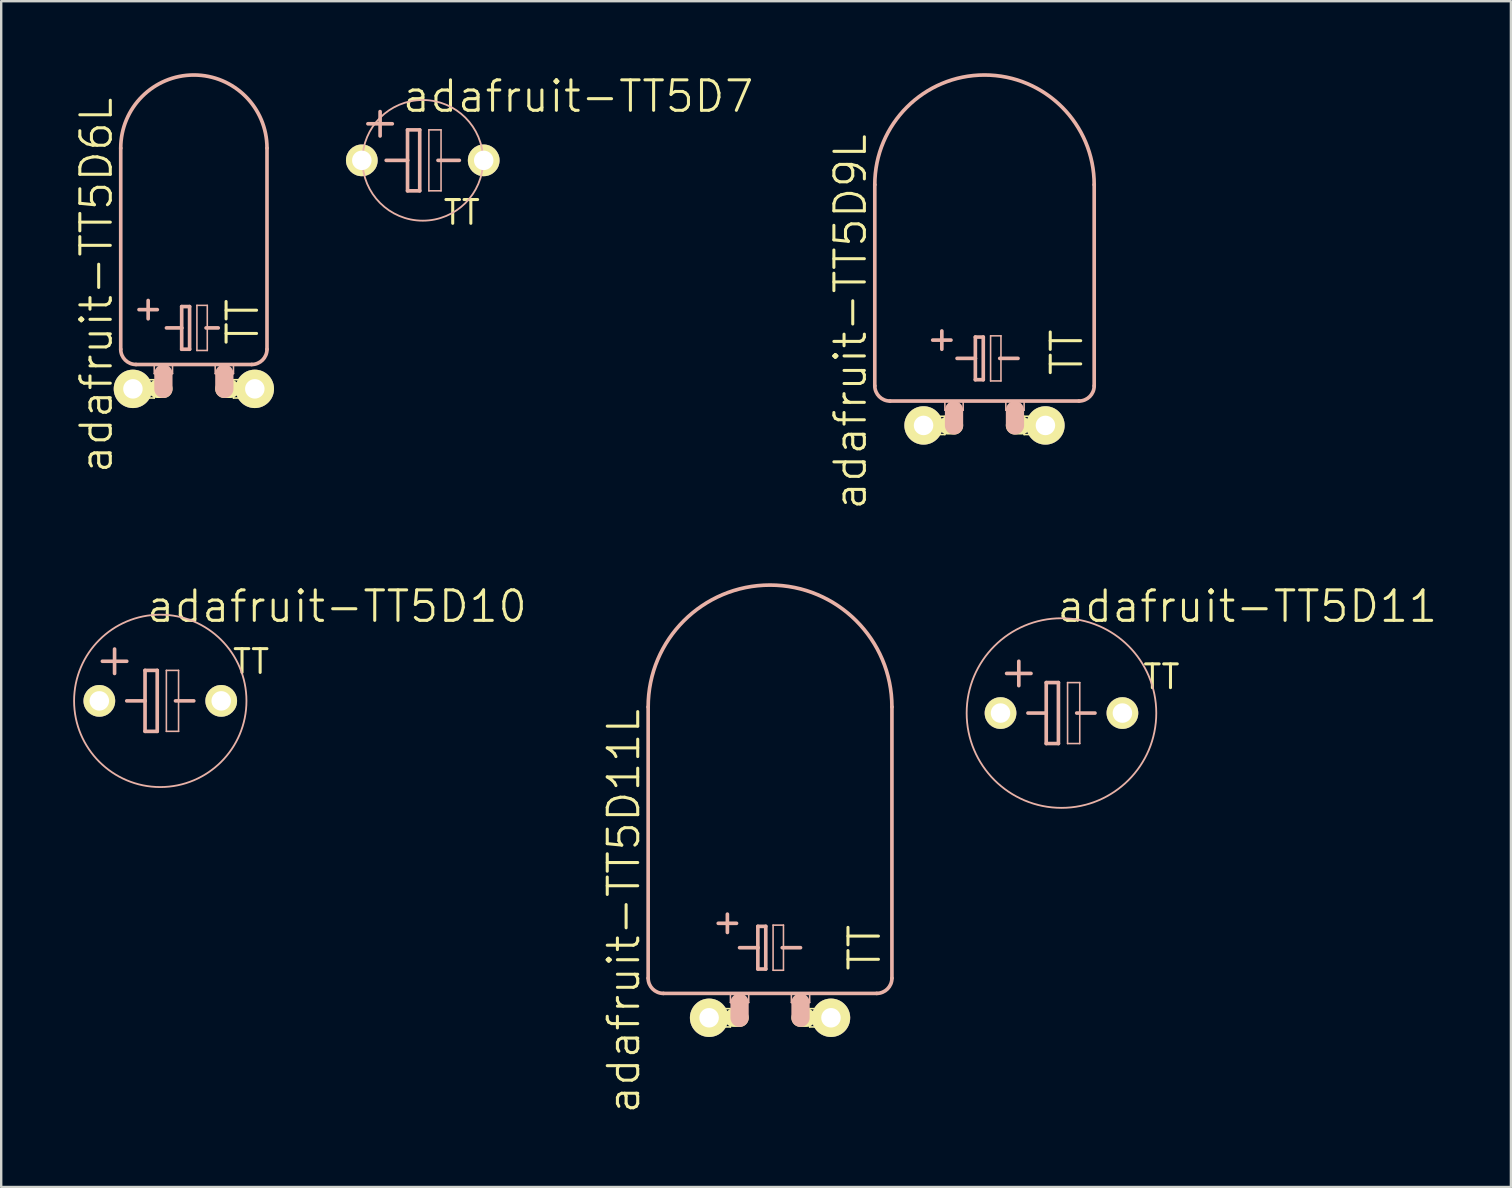
<source format=kicad_pcb>
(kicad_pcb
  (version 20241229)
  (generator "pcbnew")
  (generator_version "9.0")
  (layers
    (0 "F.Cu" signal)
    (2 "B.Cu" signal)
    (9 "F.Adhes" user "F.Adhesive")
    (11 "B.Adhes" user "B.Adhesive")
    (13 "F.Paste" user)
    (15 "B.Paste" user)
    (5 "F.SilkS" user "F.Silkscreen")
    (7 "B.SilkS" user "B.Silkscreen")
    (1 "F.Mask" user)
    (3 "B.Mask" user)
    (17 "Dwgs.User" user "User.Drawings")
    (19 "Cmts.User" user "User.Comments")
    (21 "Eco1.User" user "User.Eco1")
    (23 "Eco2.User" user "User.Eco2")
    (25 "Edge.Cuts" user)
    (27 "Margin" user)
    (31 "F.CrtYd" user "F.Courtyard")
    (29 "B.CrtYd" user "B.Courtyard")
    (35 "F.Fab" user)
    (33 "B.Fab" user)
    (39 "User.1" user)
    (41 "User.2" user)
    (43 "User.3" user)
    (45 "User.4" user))
  (footprint "adafruit-TT5D11L"
    (layer "F.Cu")
    (at 29.044 39.369)
    (property "Reference" "adafruit-TT5D11L" (at -6.096 -4.445 90) (layer "F.SilkS") (effects (font (size 1.27 1.27) (thickness 0.127))))
    (attr exclude_from_pos_files exclude_from_bom)
    (fp_line (start -2.54 -0.381) (end -1.651 -0.381) (stroke (width 0.066) (type solid)) (layer "F.SilkS"))
    (fp_line (start -2.54 0.381) (end -2.54 -0.381) (stroke (width 0.066) (type solid)) (layer "F.SilkS"))
    (fp_line (start -2.54 0.381) (end -1.651 0.381) (stroke (width 0.066) (type solid)) (layer "F.SilkS"))
    (fp_line (start -1.651 0.381) (end -1.651 -0.381) (stroke (width 0.066) (type solid)) (layer "F.SilkS"))
    (fp_line (start -1.524 0) (end -1.27 0) (stroke (width 0.762) (type solid)) (layer "F.SilkS"))
    (fp_line (start 1.524 0) (end 1.27 0) (stroke (width 0.762) (type solid)) (layer "F.SilkS"))
    (fp_line (start 1.651 -0.381) (end 2.54 -0.381) (stroke (width 0.066) (type solid)) (layer "F.SilkS"))
    (fp_line (start 1.651 0.381) (end 1.651 -0.381) (stroke (width 0.066) (type solid)) (layer "F.SilkS"))
    (fp_line (start 1.651 0.381) (end 2.54 0.381) (stroke (width 0.066) (type solid)) (layer "F.SilkS"))
    (fp_line (start 2.54 0.381) (end 2.54 -0.381) (stroke (width 0.066) (type solid)) (layer "F.SilkS"))
    (fp_line (start -5.08 -12.954) (end -5.08 -1.651) (stroke (width 0.152) (type solid)) (layer "B.SilkS"))
    (fp_line (start -4.445 -1.016) (end 4.445 -1.016) (stroke (width 0.152) (type solid)) (layer "B.SilkS"))
    (fp_line (start -2.159 -3.937) (end -1.397 -3.937) (stroke (width 0.152) (type solid)) (layer "B.SilkS"))
    (fp_line (start -1.778 -4.318) (end -1.778 -3.556) (stroke (width 0.152) (type solid)) (layer "B.SilkS"))
    (fp_line (start -1.651 -1.016) (end -0.889 -1.016) (stroke (width 0.066) (type solid)) (layer "B.SilkS"))
    (fp_line (start -1.651 -0.635) (end -1.651 -1.016) (stroke (width 0.066) (type solid)) (layer "B.SilkS"))
    (fp_line (start -1.651 -0.635) (end -0.889 -0.635) (stroke (width 0.066) (type solid)) (layer "B.SilkS"))
    (fp_line (start -1.27 -2.921) (end -0.508 -2.921) (stroke (width 0.152) (type solid)) (layer "B.SilkS"))
    (fp_line (start -1.27 -0.635) (end -1.27 0) (stroke (width 0.762) (type solid)) (layer "B.SilkS"))
    (fp_line (start -0.889 -0.635) (end -0.889 -1.016) (stroke (width 0.066) (type solid)) (layer "B.SilkS"))
    (fp_line (start -0.508 -3.81) (end -0.508 -2.921) (stroke (width 0.152) (type solid)) (layer "B.SilkS"))
    (fp_line (start -0.508 -2.921) (end -0.508 -2.032) (stroke (width 0.152) (type solid)) (layer "B.SilkS"))
    (fp_line (start -0.508 -2.032) (end -0.178 -2.032) (stroke (width 0.152) (type solid)) (layer "B.SilkS"))
    (fp_line (start -0.178 -3.81) (end -0.508 -3.81) (stroke (width 0.152) (type solid)) (layer "B.SilkS"))
    (fp_line (start -0.178 -2.032) (end -0.178 -3.81) (stroke (width 0.152) (type solid)) (layer "B.SilkS"))
    (fp_line (start 0.127 -3.861) (end 0.559 -3.861) (stroke (width 0.066) (type solid)) (layer "B.SilkS"))
    (fp_line (start 0.127 -1.981) (end 0.127 -3.861) (stroke (width 0.066) (type solid)) (layer "B.SilkS"))
    (fp_line (start 0.127 -1.981) (end 0.559 -1.981) (stroke (width 0.066) (type solid)) (layer "B.SilkS"))
    (fp_line (start 0.508 -2.921) (end 1.27 -2.921) (stroke (width 0.152) (type solid)) (layer "B.SilkS"))
    (fp_line (start 0.559 -1.981) (end 0.559 -3.861) (stroke (width 0.066) (type solid)) (layer "B.SilkS"))
    (fp_line (start 0.889 -1.016) (end 1.651 -1.016) (stroke (width 0.066) (type solid)) (layer "B.SilkS"))
    (fp_line (start 0.889 -0.635) (end 0.889 -1.016) (stroke (width 0.066) (type solid)) (layer "B.SilkS"))
    (fp_line (start 0.889 -0.635) (end 1.651 -0.635) (stroke (width 0.066) (type solid)) (layer "B.SilkS"))
    (fp_line (start 1.27 -0.635) (end 1.27 0) (stroke (width 0.762) (type solid)) (layer "B.SilkS"))
    (fp_line (start 1.651 -0.635) (end 1.651 -1.016) (stroke (width 0.066) (type solid)) (layer "B.SilkS"))
    (fp_line (start 5.08 -12.954) (end 5.08 -1.651) (stroke (width 0.152) (type solid)) (layer "B.SilkS"))
    (fp_arc (start -5.08 -12.954) (mid 0 -18.034) (end 5.08 -12.954) (stroke (width 0.1524) (type solid)) (layer "B.SilkS"))
    (fp_arc (start -4.445 -1.016) (mid -4.894013 -1.201987) (end -5.08 -1.651) (stroke (width 0.1524) (type solid)) (layer "B.SilkS"))
    (fp_arc (start 5.08 -1.651) (mid 4.894013 -1.201987) (end 4.445 -1.016) (stroke (width 0.1524) (type solid)) (layer "B.SilkS"))
    (fp_text user "TT" (at 3.937 -2.921 90) (layer "F.SilkS") (effects (font (size 1.27 1.27) (thickness 0.127))))
    (pad "+" thru_hole circle (at -2.54 0) (size 1.6 1.6) (drill 0.813) (layers "*.Cu" "F.Mask" "F.SilkS" "F.Paste"))
    (pad "-" thru_hole circle (at 2.54 0) (size 1.6 1.6) (drill 0.813) (layers "*.Cu" "F.Mask" "F.SilkS" "F.Paste")))
  (footprint "adafruit-TT5D11"
    (layer "F.Cu")
    (at 41.19 26.669)
    (property "Reference" "adafruit-TT5D11" (at 7.747 -4.445 0) (layer "F.SilkS") (effects (font (size 1.27 1.27) (thickness 0.127))))
    (attr exclude_from_pos_files exclude_from_bom)
    (fp_line (start -1.778 -2.159) (end -1.778 -1.143) (stroke (width 0.152) (type solid)) (layer "B.SilkS"))
    (fp_line (start -1.397 0) (end -0.635 0) (stroke (width 0.152) (type solid)) (layer "B.SilkS"))
    (fp_line (start -1.27 -1.651) (end -2.286 -1.651) (stroke (width 0.152) (type solid)) (layer "B.SilkS"))
    (fp_line (start -0.635 -1.27) (end -0.635 0) (stroke (width 0.152) (type solid)) (layer "B.SilkS"))
    (fp_line (start -0.635 0) (end -0.635 1.27) (stroke (width 0.152) (type solid)) (layer "B.SilkS"))
    (fp_line (start -0.635 1.27) (end -0.127 1.27) (stroke (width 0.152) (type solid)) (layer "B.SilkS"))
    (fp_line (start -0.127 -1.27) (end -0.635 -1.27) (stroke (width 0.152) (type solid)) (layer "B.SilkS"))
    (fp_line (start -0.127 1.27) (end -0.127 -1.27) (stroke (width 0.152) (type solid)) (layer "B.SilkS"))
    (fp_line (start 0.254 -1.27) (end 0.762 -1.27) (stroke (width 0.066) (type solid)) (layer "B.SilkS"))
    (fp_line (start 0.254 1.27) (end 0.254 -1.27) (stroke (width 0.066) (type solid)) (layer "B.SilkS"))
    (fp_line (start 0.254 1.27) (end 0.762 1.27) (stroke (width 0.066) (type solid)) (layer "B.SilkS"))
    (fp_line (start 0.635 0) (end 1.397 0) (stroke (width 0.152) (type solid)) (layer "B.SilkS"))
    (fp_line (start 0.762 1.27) (end 0.762 -1.27) (stroke (width 0.066) (type solid)) (layer "B.SilkS"))
    (fp_circle (center 0 0) (end -2.794 2.794) (stroke (width 0.076) (type solid)) (fill no) (layer "B.SilkS"))
    (fp_text user "TT" (at 4.166 -1.511 0) (layer "F.SilkS") (effects (font (size 0.991 0.991) (thickness 0.127))))
    (pad "+" thru_hole circle (at -2.54 0) (size 1.321 1.321) (drill 0.813) (layers "*.Cu" "F.Mask" "F.SilkS" "F.Paste"))
    (pad "-" thru_hole circle (at 2.54 0) (size 1.321 1.321) (drill 0.813) (layers "*.Cu" "F.Mask" "F.SilkS" "F.Paste")))
  (footprint "adafruit-TT5D7"
    (layer "F.Cu")
    (at 14.57 3.633)
    (property "Reference" "adafruit-TT5D7" (at 6.477 -2.667 0) (layer "F.SilkS") (effects (font (size 1.27 1.27) (thickness 0.127))))
    (attr exclude_from_pos_files exclude_from_bom)
    (fp_line (start -2.286 -1.524) (end -1.27 -1.524) (stroke (width 0.152) (type solid)) (layer "B.SilkS"))
    (fp_line (start -1.778 -1.016) (end -1.778 -2.032) (stroke (width 0.152) (type solid)) (layer "B.SilkS"))
    (fp_line (start -1.524 0) (end -0.635 0) (stroke (width 0.152) (type solid)) (layer "B.SilkS"))
    (fp_line (start -0.635 -1.27) (end -0.635 0) (stroke (width 0.152) (type solid)) (layer "B.SilkS"))
    (fp_line (start -0.635 0) (end -0.635 1.27) (stroke (width 0.152) (type solid)) (layer "B.SilkS"))
    (fp_line (start -0.635 1.27) (end -0.127 1.27) (stroke (width 0.152) (type solid)) (layer "B.SilkS"))
    (fp_line (start -0.127 -1.27) (end -0.635 -1.27) (stroke (width 0.152) (type solid)) (layer "B.SilkS"))
    (fp_line (start -0.127 1.27) (end -0.127 -1.27) (stroke (width 0.152) (type solid)) (layer "B.SilkS"))
    (fp_line (start 0.254 -1.27) (end 0.762 -1.27) (stroke (width 0.066) (type solid)) (layer "B.SilkS"))
    (fp_line (start 0.254 1.27) (end 0.254 -1.27) (stroke (width 0.066) (type solid)) (layer "B.SilkS"))
    (fp_line (start 0.254 1.27) (end 0.762 1.27) (stroke (width 0.066) (type solid)) (layer "B.SilkS"))
    (fp_line (start 0.635 0) (end 1.524 0) (stroke (width 0.152) (type solid)) (layer "B.SilkS"))
    (fp_line (start 0.762 1.27) (end 0.762 -1.27) (stroke (width 0.066) (type solid)) (layer "B.SilkS"))
    (fp_circle (center 0 0) (end -1.778 1.778) (stroke (width 0.076) (type solid)) (fill no) (layer "B.SilkS"))
    (fp_text user "TT" (at 1.626 2.172 0) (layer "F.SilkS") (effects (font (size 0.991 0.991) (thickness 0.127))))
    (pad "+" thru_hole circle (at -2.54 0) (size 1.321 1.321) (drill 0.813) (layers "*.Cu" "F.Mask" "F.SilkS" "F.Paste"))
    (pad "-" thru_hole circle (at 2.54 0) (size 1.321 1.321) (drill 0.813) (layers "*.Cu" "F.Mask" "F.SilkS" "F.Paste")))
  (footprint "adafruit-TT5D6L"
    (layer "F.Cu")
    (at 5.03 13.157)
    (property "Reference" "adafruit-TT5D6L" (at -4.064 -4.318 90) (layer "F.SilkS") (effects (font (size 1.27 1.27) (thickness 0.127))))
    (attr exclude_from_pos_files exclude_from_bom)
    (fp_line (start -2.54 -0.381) (end -1.651 -0.381) (stroke (width 0.066) (type solid)) (layer "F.SilkS"))
    (fp_line (start -2.54 0.381) (end -2.54 -0.381) (stroke (width 0.066) (type solid)) (layer "F.SilkS"))
    (fp_line (start -2.54 0.381) (end -1.651 0.381) (stroke (width 0.066) (type solid)) (layer "F.SilkS"))
    (fp_line (start -1.651 0.381) (end -1.651 -0.381) (stroke (width 0.066) (type solid)) (layer "F.SilkS"))
    (fp_line (start -1.524 0) (end -1.27 0) (stroke (width 0.762) (type solid)) (layer "F.SilkS"))
    (fp_line (start 1.524 0) (end 1.27 0) (stroke (width 0.762) (type solid)) (layer "F.SilkS"))
    (fp_line (start 1.651 -0.381) (end 2.54 -0.381) (stroke (width 0.066) (type solid)) (layer "F.SilkS"))
    (fp_line (start 1.651 0.381) (end 1.651 -0.381) (stroke (width 0.066) (type solid)) (layer "F.SilkS"))
    (fp_line (start 1.651 0.381) (end 2.54 0.381) (stroke (width 0.066) (type solid)) (layer "F.SilkS"))
    (fp_line (start 2.54 0.381) (end 2.54 -0.381) (stroke (width 0.066) (type solid)) (layer "F.SilkS"))
    (fp_line (start -3.048 -10.033) (end -3.048 -1.651) (stroke (width 0.152) (type solid)) (layer "B.SilkS"))
    (fp_line (start -2.413 -1.016) (end 2.413 -1.016) (stroke (width 0.152) (type solid)) (layer "B.SilkS"))
    (fp_line (start -2.286 -3.302) (end -1.524 -3.302) (stroke (width 0.152) (type solid)) (layer "B.SilkS"))
    (fp_line (start -1.905 -2.921) (end -1.905 -3.683) (stroke (width 0.152) (type solid)) (layer "B.SilkS"))
    (fp_line (start -1.651 -1.016) (end -0.889 -1.016) (stroke (width 0.066) (type solid)) (layer "B.SilkS"))
    (fp_line (start -1.651 -0.635) (end -1.651 -1.016) (stroke (width 0.066) (type solid)) (layer "B.SilkS"))
    (fp_line (start -1.651 -0.635) (end -0.889 -0.635) (stroke (width 0.066) (type solid)) (layer "B.SilkS"))
    (fp_line (start -1.27 -0.635) (end -1.27 0) (stroke (width 0.762) (type solid)) (layer "B.SilkS"))
    (fp_line (start -1.143 -2.54) (end -0.508 -2.54) (stroke (width 0.152) (type solid)) (layer "B.SilkS"))
    (fp_line (start -0.889 -0.635) (end -0.889 -1.016) (stroke (width 0.066) (type solid)) (layer "B.SilkS"))
    (fp_line (start -0.508 -3.429) (end -0.508 -2.54) (stroke (width 0.152) (type solid)) (layer "B.SilkS"))
    (fp_line (start -0.508 -2.54) (end -0.508 -1.651) (stroke (width 0.152) (type solid)) (layer "B.SilkS"))
    (fp_line (start -0.508 -1.651) (end -0.178 -1.651) (stroke (width 0.152) (type solid)) (layer "B.SilkS"))
    (fp_line (start -0.178 -3.429) (end -0.508 -3.429) (stroke (width 0.152) (type solid)) (layer "B.SilkS"))
    (fp_line (start -0.178 -1.651) (end -0.178 -3.429) (stroke (width 0.152) (type solid)) (layer "B.SilkS"))
    (fp_line (start 0.127 -3.48) (end 0.559 -3.48) (stroke (width 0.066) (type solid)) (layer "B.SilkS"))
    (fp_line (start 0.127 -1.6) (end 0.127 -3.48) (stroke (width 0.066) (type solid)) (layer "B.SilkS"))
    (fp_line (start 0.127 -1.6) (end 0.559 -1.6) (stroke (width 0.066) (type solid)) (layer "B.SilkS"))
    (fp_line (start 0.508 -2.54) (end 1.016 -2.54) (stroke (width 0.152) (type solid)) (layer "B.SilkS"))
    (fp_line (start 0.559 -1.6) (end 0.559 -3.48) (stroke (width 0.066) (type solid)) (layer "B.SilkS"))
    (fp_line (start 0.889 -1.016) (end 1.651 -1.016) (stroke (width 0.066) (type solid)) (layer "B.SilkS"))
    (fp_line (start 0.889 -0.635) (end 0.889 -1.016) (stroke (width 0.066) (type solid)) (layer "B.SilkS"))
    (fp_line (start 0.889 -0.635) (end 1.651 -0.635) (stroke (width 0.066) (type solid)) (layer "B.SilkS"))
    (fp_line (start 1.27 -0.635) (end 1.27 0) (stroke (width 0.762) (type solid)) (layer "B.SilkS"))
    (fp_line (start 1.651 -0.635) (end 1.651 -1.016) (stroke (width 0.066) (type solid)) (layer "B.SilkS"))
    (fp_line (start 3.048 -10.033) (end 3.048 -1.651) (stroke (width 0.152) (type solid)) (layer "B.SilkS"))
    (fp_arc (start -3.048 -10.033) (mid 0 -13.081) (end 3.048 -10.033) (stroke (width 0.1524) (type solid)) (layer "B.SilkS"))
    (fp_arc (start -2.413 -1.016) (mid -2.862013 -1.201987) (end -3.048 -1.651) (stroke (width 0.1524) (type solid)) (layer "B.SilkS"))
    (fp_arc (start 3.048 -1.651) (mid 2.862013 -1.201987) (end 2.413 -1.016) (stroke (width 0.1524) (type solid)) (layer "B.SilkS"))
    (fp_text user "TT" (at 2.032 -2.794 90) (layer "F.SilkS") (effects (font (size 1.27 1.27) (thickness 0.127))))
    (pad "+" thru_hole circle (at -2.54 0) (size 1.6 1.6) (drill 0.813) (layers "*.Cu" "F.Mask" "F.SilkS" "F.Paste"))
    (pad "-" thru_hole circle (at 2.54 0) (size 1.6 1.6) (drill 0.813) (layers "*.Cu" "F.Mask" "F.SilkS" "F.Paste")))
  (footprint "adafruit-TT5D10"
    (layer "F.Cu")
    (at 3.63 26.161)
    (property "Reference" "adafruit-TT5D10" (at 7.366 -3.937 0) (layer "F.SilkS") (effects (font (size 1.27 1.27) (thickness 0.127))))
    (attr exclude_from_pos_files exclude_from_bom)
    (fp_line (start -2.413 -1.651) (end -1.397 -1.651) (stroke (width 0.152) (type solid)) (layer "B.SilkS"))
    (fp_line (start -1.905 -1.143) (end -1.905 -2.159) (stroke (width 0.152) (type solid)) (layer "B.SilkS"))
    (fp_line (start -1.397 0) (end -0.635 0) (stroke (width 0.152) (type solid)) (layer "B.SilkS"))
    (fp_line (start -0.635 -1.27) (end -0.635 0) (stroke (width 0.152) (type solid)) (layer "B.SilkS"))
    (fp_line (start -0.635 0) (end -0.635 1.27) (stroke (width 0.152) (type solid)) (layer "B.SilkS"))
    (fp_line (start -0.635 1.27) (end -0.127 1.27) (stroke (width 0.152) (type solid)) (layer "B.SilkS"))
    (fp_line (start -0.127 -1.27) (end -0.635 -1.27) (stroke (width 0.152) (type solid)) (layer "B.SilkS"))
    (fp_line (start -0.127 1.27) (end -0.127 -1.27) (stroke (width 0.152) (type solid)) (layer "B.SilkS"))
    (fp_line (start 0.254 -1.27) (end 0.762 -1.27) (stroke (width 0.066) (type solid)) (layer "B.SilkS"))
    (fp_line (start 0.254 1.27) (end 0.254 -1.27) (stroke (width 0.066) (type solid)) (layer "B.SilkS"))
    (fp_line (start 0.254 1.27) (end 0.762 1.27) (stroke (width 0.066) (type solid)) (layer "B.SilkS"))
    (fp_line (start 0.635 0) (end 1.397 0) (stroke (width 0.152) (type solid)) (layer "B.SilkS"))
    (fp_line (start 0.762 1.27) (end 0.762 -1.27) (stroke (width 0.066) (type solid)) (layer "B.SilkS"))
    (fp_circle (center 0 0) (end -2.54 2.54) (stroke (width 0.076) (type solid)) (fill no) (layer "B.SilkS"))
    (fp_text user "TT" (at 3.785 -1.638 0) (layer "F.SilkS") (effects (font (size 0.991 0.991) (thickness 0.127))))
    (pad "+" thru_hole circle (at -2.54 0) (size 1.321 1.321) (drill 0.813) (layers "*.Cu" "F.Mask" "F.SilkS" "F.Paste"))
    (pad "-" thru_hole circle (at 2.54 0) (size 1.321 1.321) (drill 0.813) (layers "*.Cu" "F.Mask" "F.SilkS" "F.Paste")))
  (footprint "adafruit-TT5D9L"
    (layer "F.Cu")
    (at 37.982 14.681)
    (property "Reference" "adafruit-TT5D9L" (at -5.588 -4.318 90) (layer "F.SilkS") (effects (font (size 1.27 1.27) (thickness 0.127))))
    (attr exclude_from_pos_files exclude_from_bom)
    (fp_line (start -2.54 -0.381) (end -1.651 -0.381) (stroke (width 0.066) (type solid)) (layer "F.SilkS"))
    (fp_line (start -2.54 0.381) (end -2.54 -0.381) (stroke (width 0.066) (type solid)) (layer "F.SilkS"))
    (fp_line (start -2.54 0.381) (end -1.651 0.381) (stroke (width 0.066) (type solid)) (layer "F.SilkS"))
    (fp_line (start -1.651 0.381) (end -1.651 -0.381) (stroke (width 0.066) (type solid)) (layer "F.SilkS"))
    (fp_line (start -1.524 0) (end -1.27 0) (stroke (width 0.762) (type solid)) (layer "F.SilkS"))
    (fp_line (start 1.524 0) (end 1.27 0) (stroke (width 0.762) (type solid)) (layer "F.SilkS"))
    (fp_line (start 1.651 -0.381) (end 2.54 -0.381) (stroke (width 0.066) (type solid)) (layer "F.SilkS"))
    (fp_line (start 1.651 0.381) (end 1.651 -0.381) (stroke (width 0.066) (type solid)) (layer "F.SilkS"))
    (fp_line (start 1.651 0.381) (end 2.54 0.381) (stroke (width 0.066) (type solid)) (layer "F.SilkS"))
    (fp_line (start 2.54 0.381) (end 2.54 -0.381) (stroke (width 0.066) (type solid)) (layer "F.SilkS"))
    (fp_line (start -4.572 -10.033) (end -4.572 -1.651) (stroke (width 0.152) (type solid)) (layer "B.SilkS"))
    (fp_line (start -3.937 -1.016) (end 3.937 -1.016) (stroke (width 0.152) (type solid)) (layer "B.SilkS"))
    (fp_line (start -2.159 -3.556) (end -1.397 -3.556) (stroke (width 0.152) (type solid)) (layer "B.SilkS"))
    (fp_line (start -1.778 -3.937) (end -1.778 -3.175) (stroke (width 0.152) (type solid)) (layer "B.SilkS"))
    (fp_line (start -1.651 -1.016) (end -0.889 -1.016) (stroke (width 0.066) (type solid)) (layer "B.SilkS"))
    (fp_line (start -1.651 -0.635) (end -1.651 -1.016) (stroke (width 0.066) (type solid)) (layer "B.SilkS"))
    (fp_line (start -1.651 -0.635) (end -0.889 -0.635) (stroke (width 0.066) (type solid)) (layer "B.SilkS"))
    (fp_line (start -1.27 -0.635) (end -1.27 0) (stroke (width 0.762) (type solid)) (layer "B.SilkS"))
    (fp_line (start -1.143 -2.794) (end -0.381 -2.794) (stroke (width 0.152) (type solid)) (layer "B.SilkS"))
    (fp_line (start -0.889 -0.635) (end -0.889 -1.016) (stroke (width 0.066) (type solid)) (layer "B.SilkS"))
    (fp_line (start -0.381 -3.683) (end -0.381 -2.794) (stroke (width 0.152) (type solid)) (layer "B.SilkS"))
    (fp_line (start -0.381 -2.794) (end -0.381 -1.905) (stroke (width 0.152) (type solid)) (layer "B.SilkS"))
    (fp_line (start -0.381 -1.905) (end -0.051 -1.905) (stroke (width 0.152) (type solid)) (layer "B.SilkS"))
    (fp_line (start -0.051 -3.683) (end -0.381 -3.683) (stroke (width 0.152) (type solid)) (layer "B.SilkS"))
    (fp_line (start -0.051 -1.905) (end -0.051 -3.683) (stroke (width 0.152) (type solid)) (layer "B.SilkS"))
    (fp_line (start 0.254 -3.734) (end 0.686 -3.734) (stroke (width 0.066) (type solid)) (layer "B.SilkS"))
    (fp_line (start 0.254 -1.854) (end 0.254 -3.734) (stroke (width 0.066) (type solid)) (layer "B.SilkS"))
    (fp_line (start 0.254 -1.854) (end 0.686 -1.854) (stroke (width 0.066) (type solid)) (layer "B.SilkS"))
    (fp_line (start 0.635 -2.794) (end 1.397 -2.794) (stroke (width 0.152) (type solid)) (layer "B.SilkS"))
    (fp_line (start 0.686 -1.854) (end 0.686 -3.734) (stroke (width 0.066) (type solid)) (layer "B.SilkS"))
    (fp_line (start 0.889 -1.016) (end 1.651 -1.016) (stroke (width 0.066) (type solid)) (layer "B.SilkS"))
    (fp_line (start 0.889 -0.635) (end 0.889 -1.016) (stroke (width 0.066) (type solid)) (layer "B.SilkS"))
    (fp_line (start 0.889 -0.635) (end 1.651 -0.635) (stroke (width 0.066) (type solid)) (layer "B.SilkS"))
    (fp_line (start 1.27 -0.635) (end 1.27 0) (stroke (width 0.762) (type solid)) (layer "B.SilkS"))
    (fp_line (start 1.651 -0.635) (end 1.651 -1.016) (stroke (width 0.066) (type solid)) (layer "B.SilkS"))
    (fp_line (start 4.572 -10.033) (end 4.572 -1.651) (stroke (width 0.152) (type solid)) (layer "B.SilkS"))
    (fp_arc (start -4.572 -10.033) (mid 0 -14.605) (end 4.572 -10.033) (stroke (width 0.1524) (type solid)) (layer "B.SilkS"))
    (fp_arc (start -3.937 -1.016) (mid -4.386013 -1.201987) (end -4.572 -1.651) (stroke (width 0.1524) (type solid)) (layer "B.SilkS"))
    (fp_arc (start 4.572 -1.651) (mid 4.386013 -1.201987) (end 3.937 -1.016) (stroke (width 0.1524) (type solid)) (layer "B.SilkS"))
    (fp_text user "TT" (at 3.429 -3.048 90) (layer "F.SilkS") (effects (font (size 1.27 1.27) (thickness 0.127))))
    (pad "+" thru_hole circle (at -2.54 0) (size 1.6 1.6) (drill 0.813) (layers "*.Cu" "F.Mask" "F.SilkS" "F.Paste"))
    (pad "-" thru_hole circle (at 2.54 0) (size 1.6 1.6) (drill 0.813) (layers "*.Cu" "F.Mask" "F.SilkS" "F.Paste")))
  (gr_rect
    (start -3 -3)
    (end 59.922 46.423)
    (stroke (width 0.1) (type default))
    (fill no)
    (layer "Edge.Cuts")))
</source>
